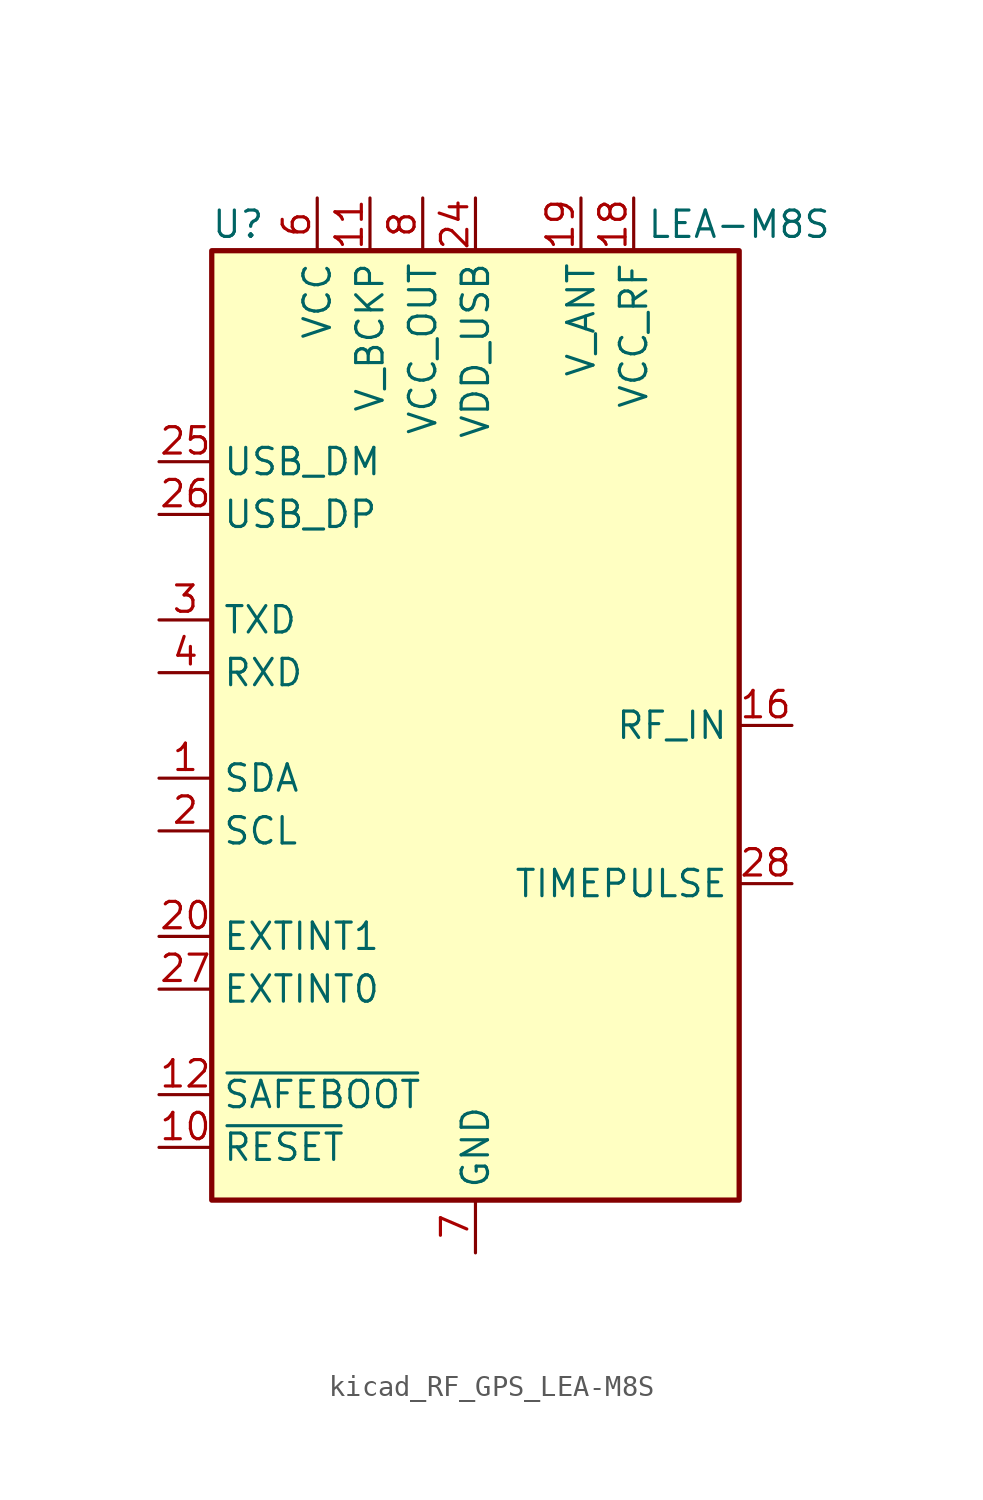
<source format=kicad_sym>
(kicad_symbol_lib
  (version 20220914)
  (generator kicad_symbol_editor)
  (symbol "kicad_RF_GPS_LEA-M8S"
    (property "Reference" "U"
      (at -11.43 24.13 0)
      (effects (font (size 1.27 1.27))))
    (property "Value" "LEA-M8S"
      (at 12.7 24.13 0)
      (effects (font (size 1.27 1.27))))
    (symbol "kicad_RF_GPS_LEA-M8S_0_1"
      (rectangle (start -12.7 22.86) (end 12.7 -22.86) (stroke (width 0.254) (type default)) (fill (type background))))
    (symbol "kicad_RF_GPS_LEA-M8S_1_1"
      (pin bidirectional line (at -15.24 -2.54 0) (length 2.54) (name "SDA" (effects (font (size 1.27 1.27)))) (number "1" (effects (font (size 1.27 1.27)))))
      (pin input line (at -15.24 -20.32 0) (length 2.54) (name "~{RESET}" (effects (font (size 1.27 1.27)))) (number "10" (effects (font (size 1.27 1.27)))))
      (pin power_in line (at -5.08 25.4 270) (length 2.54) (name "V_BCKP" (effects (font (size 1.27 1.27)))) (number "11" (effects (font (size 1.27 1.27)))))
      (pin input line (at -15.24 -17.78 0) (length 2.54) (name "~{SAFEBOOT}" (effects (font (size 1.27 1.27)))) (number "12" (effects (font (size 1.27 1.27)))))
      (pin passive line (at 0 -25.4 90) (length 2.54) hide (name "GND" (effects (font (size 1.27 1.27)))) (number "13" (effects (font (size 1.27 1.27)))))
      (pin passive line (at 0 -25.4 90) (length 2.54) hide (name "GND" (effects (font (size 1.27 1.27)))) (number "14" (effects (font (size 1.27 1.27)))))
      (pin passive line (at 0 -25.4 90) (length 2.54) hide (name "GND" (effects (font (size 1.27 1.27)))) (number "15" (effects (font (size 1.27 1.27)))))
      (pin input line (at 15.24 0 180) (length 2.54) (name "RF_IN" (effects (font (size 1.27 1.27)))) (number "16" (effects (font (size 1.27 1.27)))))
      (pin passive line (at 0 -25.4 90) (length 2.54) hide (name "GND" (effects (font (size 1.27 1.27)))) (number "17" (effects (font (size 1.27 1.27)))))
      (pin power_out line (at 7.62 25.4 270) (length 2.54) (name "VCC_RF" (effects (font (size 1.27 1.27)))) (number "18" (effects (font (size 1.27 1.27)))))
      (pin power_in line (at 5.08 25.4 270) (length 2.54) (name "V_ANT" (effects (font (size 1.27 1.27)))) (number "19" (effects (font (size 1.27 1.27)))))
      (pin input line (at -15.24 -5.08 0) (length 2.54) (name "SCL" (effects (font (size 1.27 1.27)))) (number "2" (effects (font (size 1.27 1.27)))))
      (pin input line (at -15.24 -10.16 0) (length 2.54) (name "EXTINT1" (effects (font (size 1.27 1.27)))) (number "20" (effects (font (size 1.27 1.27)))))
      (pin no_connect line (at 12.7 7.62 180) (length 2.54) hide (name "RESERVED" (effects (font (size 1.27 1.27)))) (number "21" (effects (font (size 1.27 1.27)))))
      (pin no_connect line (at 12.7 5.08 180) (length 2.54) hide (name "RESERVED" (effects (font (size 1.27 1.27)))) (number "22" (effects (font (size 1.27 1.27)))))
      (pin no_connect line (at 12.7 2.54 180) (length 2.54) hide (name "RESERVED" (effects (font (size 1.27 1.27)))) (number "23" (effects (font (size 1.27 1.27)))))
      (pin power_in line (at 0 25.4 270) (length 2.54) (name "VDD_USB" (effects (font (size 1.27 1.27)))) (number "24" (effects (font (size 1.27 1.27)))))
      (pin bidirectional line (at -15.24 12.7 0) (length 2.54) (name "USB_DM" (effects (font (size 1.27 1.27)))) (number "25" (effects (font (size 1.27 1.27)))))
      (pin bidirectional line (at -15.24 10.16 0) (length 2.54) (name "USB_DP" (effects (font (size 1.27 1.27)))) (number "26" (effects (font (size 1.27 1.27)))))
      (pin input line (at -15.24 -12.7 0) (length 2.54) (name "EXTINT0" (effects (font (size 1.27 1.27)))) (number "27" (effects (font (size 1.27 1.27)))))
      (pin output line (at 15.24 -7.62 180) (length 2.54) (name "TIMEPULSE" (effects (font (size 1.27 1.27)))) (number "28" (effects (font (size 1.27 1.27)))))
      (pin output line (at -15.24 5.08 0) (length 2.54) (name "TXD" (effects (font (size 1.27 1.27)))) (number "3" (effects (font (size 1.27 1.27)))))
      (pin input line (at -15.24 2.54 0) (length 2.54) (name "RXD" (effects (font (size 1.27 1.27)))) (number "4" (effects (font (size 1.27 1.27)))))
      (pin no_connect line (at 12.7 12.7 180) (length 2.54) hide (name "RESERVED" (effects (font (size 1.27 1.27)))) (number "5" (effects (font (size 1.27 1.27)))))
      (pin power_in line (at -7.62 25.4 270) (length 2.54) (name "VCC" (effects (font (size 1.27 1.27)))) (number "6" (effects (font (size 1.27 1.27)))))
      (pin power_in line (at 0 -25.4 90) (length 2.54) (name "GND" (effects (font (size 1.27 1.27)))) (number "7" (effects (font (size 1.27 1.27)))))
      (pin power_out line (at -2.54 25.4 270) (length 2.54) (name "VCC_OUT" (effects (font (size 1.27 1.27)))) (number "8" (effects (font (size 1.27 1.27)))))
      (pin no_connect line (at 12.7 10.16 180) (length 2.54) hide (name "RESERVED" (effects (font (size 1.27 1.27)))) (number "9" (effects (font (size 1.27 1.27))))))))
</source>
